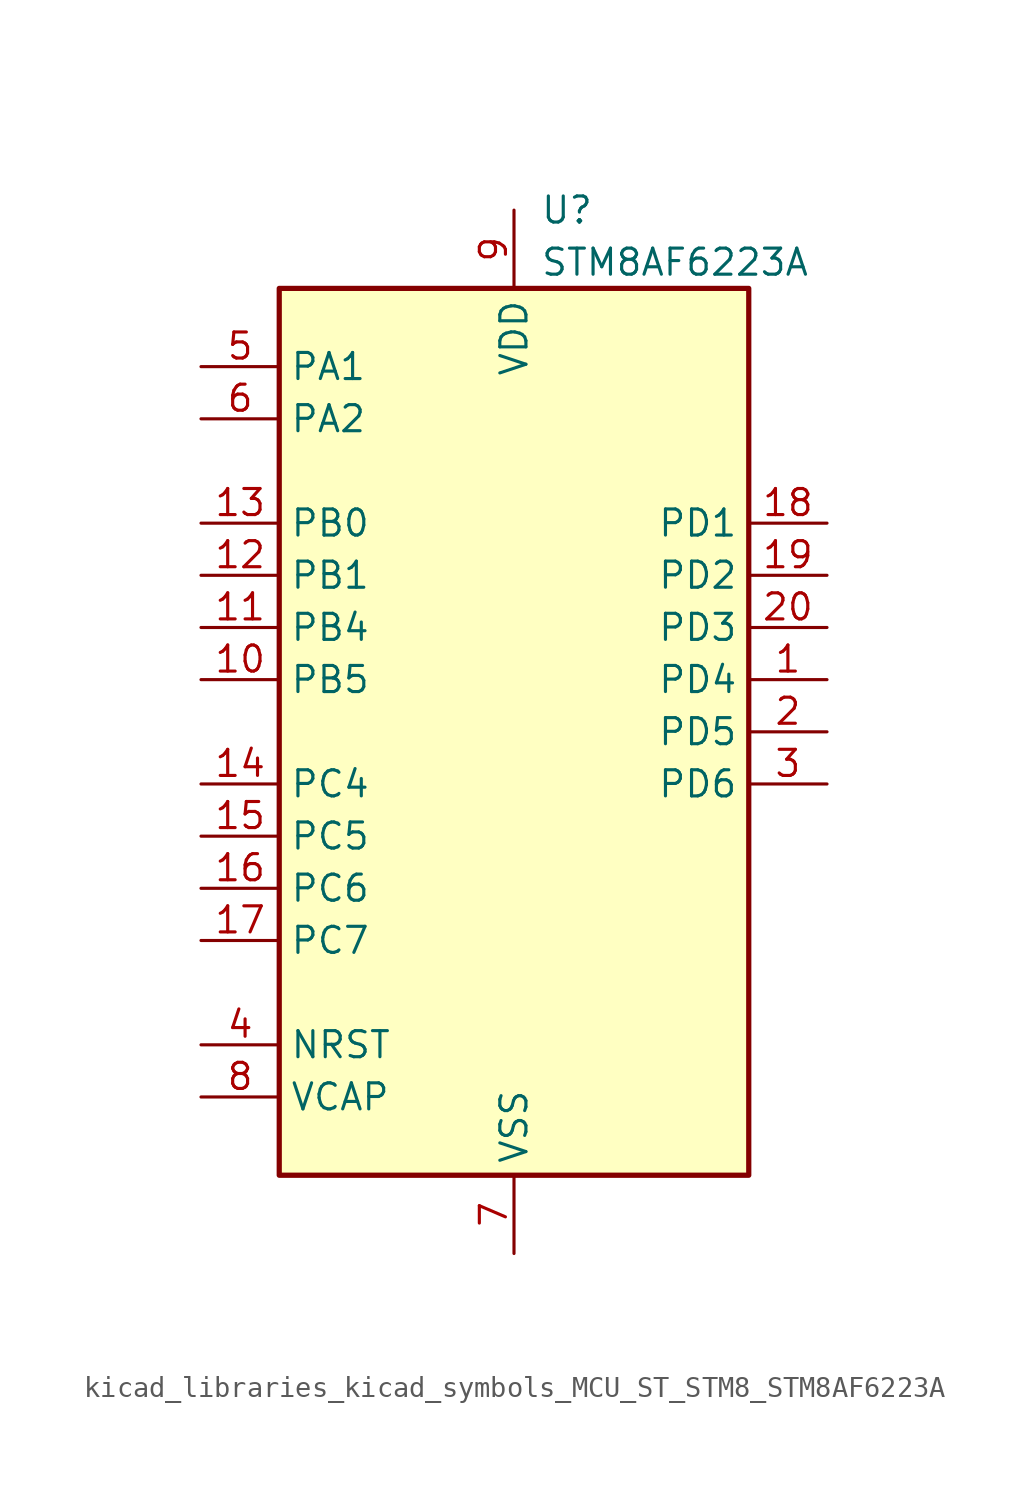
<source format=kicad_sym>
(kicad_symbol_lib
  (version 20220914)
  (generator kicad_symbol_editor)
  (symbol "kicad_libraries_kicad_symbols_MCU_ST_STM8_STM8AF6223A"
    (property "Reference" "U"
      (at 1.27 25.4 0)
      (effects (font (size 1.27 1.27)) (justify left)))
    (property "Value" "STM8AF6223A"
      (at 1.27 22.86 0)
      (effects (font (size 1.27 1.27)) (justify left)))
    (symbol "kicad_libraries_kicad_symbols_MCU_ST_STM8_STM8AF6223A_0_1"
      (rectangle (start -11.43 21.59) (end 11.43 -21.59) (stroke (width 0.254) (type default)) (fill (type background))))
    (symbol "kicad_libraries_kicad_symbols_MCU_ST_STM8_STM8AF6223A_1_1"
      (pin bidirectional line (at 15.24 2.54 180) (length 3.81) (name "PD4" (effects (font (size 1.27 1.27)))) (number "1" (effects (font (size 1.27 1.27)))))
      (pin bidirectional line (at -15.24 2.54 0) (length 3.81) (name "PB5" (effects (font (size 1.27 1.27)))) (number "10" (effects (font (size 1.27 1.27)))))
      (pin bidirectional line (at -15.24 5.08 0) (length 3.81) (name "PB4" (effects (font (size 1.27 1.27)))) (number "11" (effects (font (size 1.27 1.27)))))
      (pin bidirectional line (at -15.24 7.62 0) (length 3.81) (name "PB1" (effects (font (size 1.27 1.27)))) (number "12" (effects (font (size 1.27 1.27)))))
      (pin bidirectional line (at -15.24 10.16 0) (length 3.81) (name "PB0" (effects (font (size 1.27 1.27)))) (number "13" (effects (font (size 1.27 1.27)))))
      (pin bidirectional line (at -15.24 -2.54 0) (length 3.81) (name "PC4" (effects (font (size 1.27 1.27)))) (number "14" (effects (font (size 1.27 1.27)))))
      (pin bidirectional line (at -15.24 -5.08 0) (length 3.81) (name "PC5" (effects (font (size 1.27 1.27)))) (number "15" (effects (font (size 1.27 1.27)))))
      (pin bidirectional line (at -15.24 -7.62 0) (length 3.81) (name "PC6" (effects (font (size 1.27 1.27)))) (number "16" (effects (font (size 1.27 1.27)))))
      (pin bidirectional line (at -15.24 -10.16 0) (length 3.81) (name "PC7" (effects (font (size 1.27 1.27)))) (number "17" (effects (font (size 1.27 1.27)))))
      (pin bidirectional line (at 15.24 10.16 180) (length 3.81) (name "PD1" (effects (font (size 1.27 1.27)))) (number "18" (effects (font (size 1.27 1.27)))))
      (pin bidirectional line (at 15.24 7.62 180) (length 3.81) (name "PD2" (effects (font (size 1.27 1.27)))) (number "19" (effects (font (size 1.27 1.27)))))
      (pin bidirectional line (at 15.24 0 180) (length 3.81) (name "PD5" (effects (font (size 1.27 1.27)))) (number "2" (effects (font (size 1.27 1.27)))))
      (pin bidirectional line (at 15.24 5.08 180) (length 3.81) (name "PD3" (effects (font (size 1.27 1.27)))) (number "20" (effects (font (size 1.27 1.27)))))
      (pin bidirectional line (at 15.24 -2.54 180) (length 3.81) (name "PD6" (effects (font (size 1.27 1.27)))) (number "3" (effects (font (size 1.27 1.27)))))
      (pin input line (at -15.24 -15.24 0) (length 3.81) (name "NRST" (effects (font (size 1.27 1.27)))) (number "4" (effects (font (size 1.27 1.27)))))
      (pin bidirectional line (at -15.24 17.78 0) (length 3.81) (name "PA1" (effects (font (size 1.27 1.27)))) (number "5" (effects (font (size 1.27 1.27)))))
      (pin bidirectional line (at -15.24 15.24 0) (length 3.81) (name "PA2" (effects (font (size 1.27 1.27)))) (number "6" (effects (font (size 1.27 1.27)))))
      (pin power_in line (at 0 -25.4 90) (length 3.81) (name "VSS" (effects (font (size 1.27 1.27)))) (number "7" (effects (font (size 1.27 1.27)))))
      (pin input line (at -15.24 -17.78 0) (length 3.81) (name "VCAP" (effects (font (size 1.27 1.27)))) (number "8" (effects (font (size 1.27 1.27)))))
      (pin power_in line (at 0 25.4 270) (length 3.81) (name "VDD" (effects (font (size 1.27 1.27)))) (number "9" (effects (font (size 1.27 1.27))))))))
</source>
